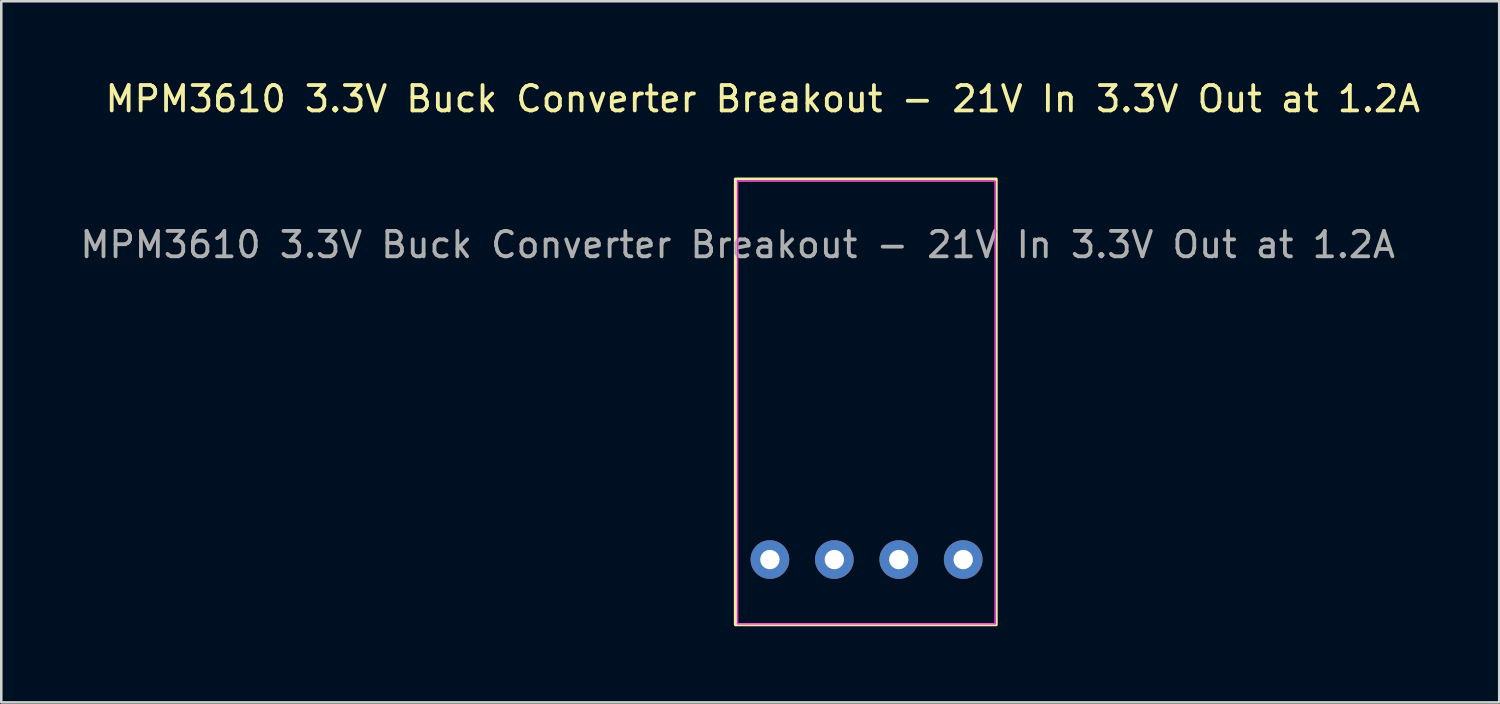
<source format=kicad_pcb>
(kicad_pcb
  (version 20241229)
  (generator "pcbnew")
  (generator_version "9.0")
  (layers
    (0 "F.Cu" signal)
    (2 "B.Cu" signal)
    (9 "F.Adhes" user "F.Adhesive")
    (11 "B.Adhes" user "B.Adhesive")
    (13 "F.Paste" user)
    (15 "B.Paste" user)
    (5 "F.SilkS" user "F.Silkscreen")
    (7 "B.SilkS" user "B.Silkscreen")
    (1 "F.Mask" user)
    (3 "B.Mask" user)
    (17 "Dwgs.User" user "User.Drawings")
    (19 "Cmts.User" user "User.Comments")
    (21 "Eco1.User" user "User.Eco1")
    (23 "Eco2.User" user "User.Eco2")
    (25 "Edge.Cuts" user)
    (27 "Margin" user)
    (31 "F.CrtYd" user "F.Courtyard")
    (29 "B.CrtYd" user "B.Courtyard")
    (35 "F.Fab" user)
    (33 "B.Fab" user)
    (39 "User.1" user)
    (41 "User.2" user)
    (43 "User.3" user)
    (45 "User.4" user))
  (footprint "MPM3610 3.3V Buck Converter Breakout - 21V In 3.3V Out at 1.2A"
    (layer "F.Cu")
    (at 26.03 4.098)
    (property "Reference" "MPM3610 3.3V Buck Converter Breakout - 21V In 3.3V Out at 1.2A" (at 0.99 -3.25 0) (unlocked yes) (layer "F.SilkS") (effects (font (size 1 1) (thickness 0.15))))
    (attr through_hole)
    (fp_rect (start -0.09 -0.09) (end 10.19 17.48) (stroke (width 0.12) (type solid)) (fill no) (layer "F.SilkS"))
    (fp_rect (start 0 0) (end 10.16 17.45) (stroke (width 0.05) (type solid)) (fill no) (layer "F.CrtYd"))
    (fp_line (start 1.27 14.91) (end 3.81 14.91) (stroke (width 0.01) (type solid)) (layer "User.1"))
    (fp_line (start 8.89 14.91) (end 6.35 14.91) (stroke (width 0.01) (type solid)) (layer "User.1"))
    (fp_rect (start 0 17.45) (end 1.27 14.91) (stroke (width 0.01) (type solid)) (fill no) (layer "User.1"))
    (fp_rect (start 10.16 17.45) (end 8.89 14.91) (stroke (width 0.01) (type solid)) (fill no) (layer "User.1"))
    (fp_text user "${REFERENCE}" (at 0 2.5 0) (unlocked yes) (layer "F.Fab") (effects (font (size 1 1) (thickness 0.15))))
    (pad "1" thru_hole circle (at 1.27 14.91) (size 1.524 1.524) (drill 0.762) (layers "*.Cu" "*.Mask"))
    (pad "2" thru_hole circle (at 3.81 14.91) (size 1.524 1.524) (drill 0.762) (layers "*.Cu" "*.Mask"))
    (pad "3" thru_hole circle (at 6.35 14.91) (size 1.524 1.524) (drill 0.762) (layers "*.Cu" "*.Mask"))
    (pad "4" thru_hole circle (at 8.89 14.91) (size 1.524 1.524) (drill 0.762) (layers "*.Cu" "*.Mask")))
  (gr_rect
    (start -3 -3)
    (end 56.05 24.638)
    (stroke (width 0.1) (type default))
    (fill no)
    (layer "Edge.Cuts")))
</source>
